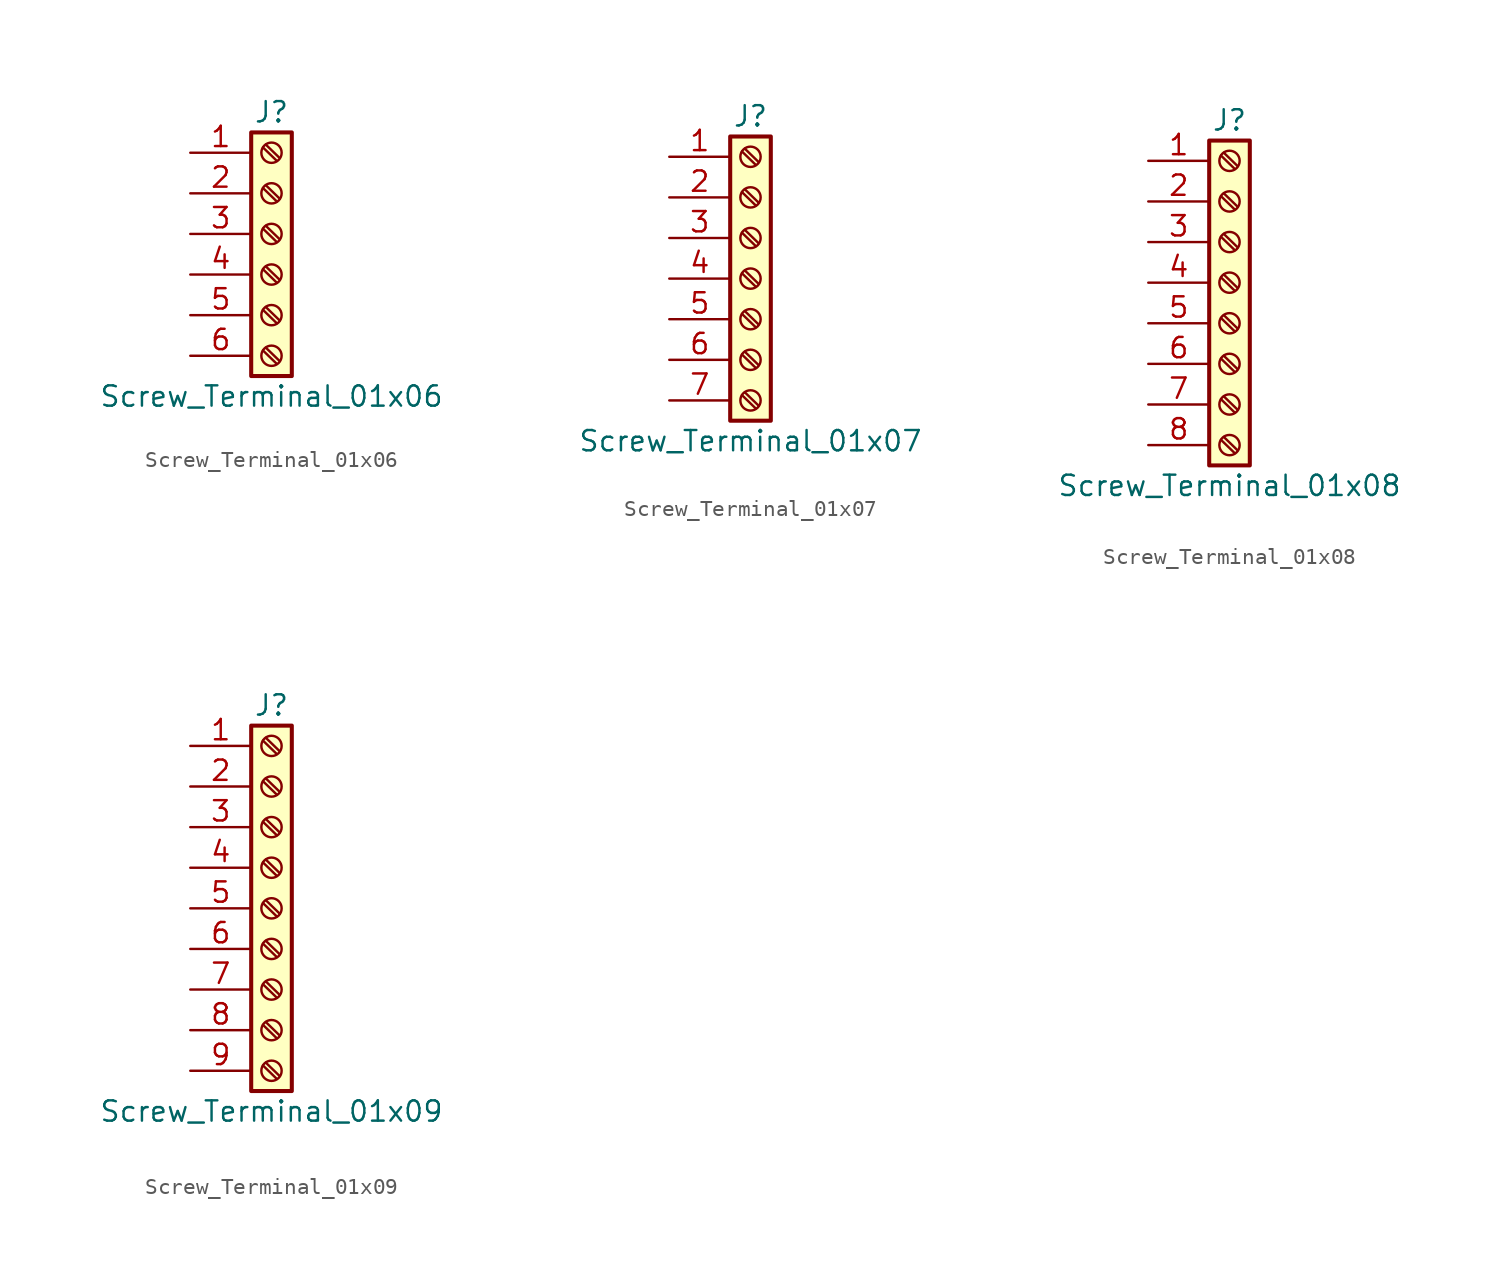
<source format=kicad_sym>
(kicad_symbol_lib
  (version 20241209)
  (generator "kicad_symbol_editor")
  (generator_version "9.0")
  (symbol "Screw_Terminal_01x06"
    (pin_names
      (offset 1.016)
      (hide yes))
    (property "Reference" "J"
      (at 0 7.62 0)
      (effects (font (size 1.27 1.27))))
    (property "Value" "Screw_Terminal_01x06"
      (at 0 -10.16 0)
      (effects (font (size 1.27 1.27))))
    (symbol "Screw_Terminal_01x06_1_1"
      (rectangle (start -1.27 6.35) (end 1.27 -8.89) (stroke (width 0.254) (type default)) (fill (type background)))
      (polyline (pts (xy -0.533 5.41) (xy 0.33 4.572)) (stroke (width 0.152) (type default)) (fill (type none)))
      (polyline (pts (xy -0.533 2.87) (xy 0.33 2.032)) (stroke (width 0.152) (type default)) (fill (type none)))
      (polyline (pts (xy -0.533 0.33) (xy 0.33 -0.508)) (stroke (width 0.152) (type default)) (fill (type none)))
      (polyline (pts (xy -0.533 -2.21) (xy 0.33 -3.048)) (stroke (width 0.152) (type default)) (fill (type none)))
      (polyline (pts (xy -0.533 -4.75) (xy 0.33 -5.588)) (stroke (width 0.152) (type default)) (fill (type none)))
      (polyline (pts (xy -0.533 -7.29) (xy 0.33 -8.128)) (stroke (width 0.152) (type default)) (fill (type none)))
      (polyline (pts (xy -0.356 5.588) (xy 0.508 4.75)) (stroke (width 0.152) (type default)) (fill (type none)))
      (polyline (pts (xy -0.356 3.048) (xy 0.508 2.21)) (stroke (width 0.152) (type default)) (fill (type none)))
      (polyline (pts (xy -0.356 0.508) (xy 0.508 -0.33)) (stroke (width 0.152) (type default)) (fill (type none)))
      (polyline (pts (xy -0.356 -2.032) (xy 0.508 -2.87)) (stroke (width 0.152) (type default)) (fill (type none)))
      (polyline (pts (xy -0.356 -4.572) (xy 0.508 -5.41)) (stroke (width 0.152) (type default)) (fill (type none)))
      (polyline (pts (xy -0.356 -7.112) (xy 0.508 -7.95)) (stroke (width 0.152) (type default)) (fill (type none)))
      (circle (center 0 5.08) (radius 0.635) (stroke (width 0.152) (type default)) (fill (type none)))
      (circle (center 0 2.54) (radius 0.635) (stroke (width 0.152) (type default)) (fill (type none)))
      (circle (center 0 0) (radius 0.635) (stroke (width 0.152) (type default)) (fill (type none)))
      (circle (center 0 -2.54) (radius 0.635) (stroke (width 0.152) (type default)) (fill (type none)))
      (circle (center 0 -5.08) (radius 0.635) (stroke (width 0.152) (type default)) (fill (type none)))
      (circle (center 0 -7.62) (radius 0.635) (stroke (width 0.152) (type default)) (fill (type none)))
      (pin passive line (at -5.08 5.08 0) (length 3.81) (name "Pin_1" (effects (font (size 1.27 1.27)))) (number "1" (effects (font (size 1.27 1.27)))))
      (pin passive line (at -5.08 2.54 0) (length 3.81) (name "Pin_2" (effects (font (size 1.27 1.27)))) (number "2" (effects (font (size 1.27 1.27)))))
      (pin passive line (at -5.08 0 0) (length 3.81) (name "Pin_3" (effects (font (size 1.27 1.27)))) (number "3" (effects (font (size 1.27 1.27)))))
      (pin passive line (at -5.08 -2.54 0) (length 3.81) (name "Pin_4" (effects (font (size 1.27 1.27)))) (number "4" (effects (font (size 1.27 1.27)))))
      (pin passive line (at -5.08 -5.08 0) (length 3.81) (name "Pin_5" (effects (font (size 1.27 1.27)))) (number "5" (effects (font (size 1.27 1.27)))))
      (pin passive line (at -5.08 -7.62 0) (length 3.81) (name "Pin_6" (effects (font (size 1.27 1.27)))) (number "6" (effects (font (size 1.27 1.27)))))))
  (symbol "Screw_Terminal_01x07"
    (pin_names
      (offset 1.016)
      (hide yes))
    (property "Reference" "J"
      (at 0 10.16 0)
      (effects (font (size 1.27 1.27))))
    (property "Value" "Screw_Terminal_01x07"
      (at 0 -10.16 0)
      (effects (font (size 1.27 1.27))))
    (symbol "Screw_Terminal_01x07_1_1"
      (rectangle (start -1.27 8.89) (end 1.27 -8.89) (stroke (width 0.254) (type default)) (fill (type background)))
      (polyline (pts (xy -0.533 7.95) (xy 0.33 7.112)) (stroke (width 0.152) (type default)) (fill (type none)))
      (polyline (pts (xy -0.533 5.41) (xy 0.33 4.572)) (stroke (width 0.152) (type default)) (fill (type none)))
      (polyline (pts (xy -0.533 2.87) (xy 0.33 2.032)) (stroke (width 0.152) (type default)) (fill (type none)))
      (polyline (pts (xy -0.533 0.33) (xy 0.33 -0.508)) (stroke (width 0.152) (type default)) (fill (type none)))
      (polyline (pts (xy -0.533 -2.21) (xy 0.33 -3.048)) (stroke (width 0.152) (type default)) (fill (type none)))
      (polyline (pts (xy -0.533 -4.75) (xy 0.33 -5.588)) (stroke (width 0.152) (type default)) (fill (type none)))
      (polyline (pts (xy -0.533 -7.29) (xy 0.33 -8.128)) (stroke (width 0.152) (type default)) (fill (type none)))
      (polyline (pts (xy -0.356 8.128) (xy 0.508 7.29)) (stroke (width 0.152) (type default)) (fill (type none)))
      (polyline (pts (xy -0.356 5.588) (xy 0.508 4.75)) (stroke (width 0.152) (type default)) (fill (type none)))
      (polyline (pts (xy -0.356 3.048) (xy 0.508 2.21)) (stroke (width 0.152) (type default)) (fill (type none)))
      (polyline (pts (xy -0.356 0.508) (xy 0.508 -0.33)) (stroke (width 0.152) (type default)) (fill (type none)))
      (polyline (pts (xy -0.356 -2.032) (xy 0.508 -2.87)) (stroke (width 0.152) (type default)) (fill (type none)))
      (polyline (pts (xy -0.356 -4.572) (xy 0.508 -5.41)) (stroke (width 0.152) (type default)) (fill (type none)))
      (polyline (pts (xy -0.356 -7.112) (xy 0.508 -7.95)) (stroke (width 0.152) (type default)) (fill (type none)))
      (circle (center 0 7.62) (radius 0.635) (stroke (width 0.152) (type default)) (fill (type none)))
      (circle (center 0 5.08) (radius 0.635) (stroke (width 0.152) (type default)) (fill (type none)))
      (circle (center 0 2.54) (radius 0.635) (stroke (width 0.152) (type default)) (fill (type none)))
      (circle (center 0 0) (radius 0.635) (stroke (width 0.152) (type default)) (fill (type none)))
      (circle (center 0 -2.54) (radius 0.635) (stroke (width 0.152) (type default)) (fill (type none)))
      (circle (center 0 -5.08) (radius 0.635) (stroke (width 0.152) (type default)) (fill (type none)))
      (circle (center 0 -7.62) (radius 0.635) (stroke (width 0.152) (type default)) (fill (type none)))
      (pin passive line (at -5.08 7.62 0) (length 3.81) (name "Pin_1" (effects (font (size 1.27 1.27)))) (number "1" (effects (font (size 1.27 1.27)))))
      (pin passive line (at -5.08 5.08 0) (length 3.81) (name "Pin_2" (effects (font (size 1.27 1.27)))) (number "2" (effects (font (size 1.27 1.27)))))
      (pin passive line (at -5.08 2.54 0) (length 3.81) (name "Pin_3" (effects (font (size 1.27 1.27)))) (number "3" (effects (font (size 1.27 1.27)))))
      (pin passive line (at -5.08 0 0) (length 3.81) (name "Pin_4" (effects (font (size 1.27 1.27)))) (number "4" (effects (font (size 1.27 1.27)))))
      (pin passive line (at -5.08 -2.54 0) (length 3.81) (name "Pin_5" (effects (font (size 1.27 1.27)))) (number "5" (effects (font (size 1.27 1.27)))))
      (pin passive line (at -5.08 -5.08 0) (length 3.81) (name "Pin_6" (effects (font (size 1.27 1.27)))) (number "6" (effects (font (size 1.27 1.27)))))
      (pin passive line (at -5.08 -7.62 0) (length 3.81) (name "Pin_7" (effects (font (size 1.27 1.27)))) (number "7" (effects (font (size 1.27 1.27)))))))
  (symbol "Screw_Terminal_01x08"
    (pin_names
      (offset 1.016)
      (hide yes))
    (property "Reference" "J"
      (at 0 10.16 0)
      (effects (font (size 1.27 1.27))))
    (property "Value" "Screw_Terminal_01x08"
      (at 0 -12.7 0)
      (effects (font (size 1.27 1.27))))
    (symbol "Screw_Terminal_01x08_1_1"
      (rectangle (start -1.27 8.89) (end 1.27 -11.43) (stroke (width 0.254) (type default)) (fill (type background)))
      (polyline (pts (xy -0.533 7.95) (xy 0.33 7.112)) (stroke (width 0.152) (type default)) (fill (type none)))
      (polyline (pts (xy -0.533 5.41) (xy 0.33 4.572)) (stroke (width 0.152) (type default)) (fill (type none)))
      (polyline (pts (xy -0.533 2.87) (xy 0.33 2.032)) (stroke (width 0.152) (type default)) (fill (type none)))
      (polyline (pts (xy -0.533 0.33) (xy 0.33 -0.508)) (stroke (width 0.152) (type default)) (fill (type none)))
      (polyline (pts (xy -0.533 -2.21) (xy 0.33 -3.048)) (stroke (width 0.152) (type default)) (fill (type none)))
      (polyline (pts (xy -0.533 -4.75) (xy 0.33 -5.588)) (stroke (width 0.152) (type default)) (fill (type none)))
      (polyline (pts (xy -0.533 -7.29) (xy 0.33 -8.128)) (stroke (width 0.152) (type default)) (fill (type none)))
      (polyline (pts (xy -0.533 -9.83) (xy 0.33 -10.668)) (stroke (width 0.152) (type default)) (fill (type none)))
      (polyline (pts (xy -0.356 8.128) (xy 0.508 7.29)) (stroke (width 0.152) (type default)) (fill (type none)))
      (polyline (pts (xy -0.356 5.588) (xy 0.508 4.75)) (stroke (width 0.152) (type default)) (fill (type none)))
      (polyline (pts (xy -0.356 3.048) (xy 0.508 2.21)) (stroke (width 0.152) (type default)) (fill (type none)))
      (polyline (pts (xy -0.356 0.508) (xy 0.508 -0.33)) (stroke (width 0.152) (type default)) (fill (type none)))
      (polyline (pts (xy -0.356 -2.032) (xy 0.508 -2.87)) (stroke (width 0.152) (type default)) (fill (type none)))
      (polyline (pts (xy -0.356 -4.572) (xy 0.508 -5.41)) (stroke (width 0.152) (type default)) (fill (type none)))
      (polyline (pts (xy -0.356 -7.112) (xy 0.508 -7.95)) (stroke (width 0.152) (type default)) (fill (type none)))
      (polyline (pts (xy -0.356 -9.652) (xy 0.508 -10.49)) (stroke (width 0.152) (type default)) (fill (type none)))
      (circle (center 0 7.62) (radius 0.635) (stroke (width 0.152) (type default)) (fill (type none)))
      (circle (center 0 5.08) (radius 0.635) (stroke (width 0.152) (type default)) (fill (type none)))
      (circle (center 0 2.54) (radius 0.635) (stroke (width 0.152) (type default)) (fill (type none)))
      (circle (center 0 0) (radius 0.635) (stroke (width 0.152) (type default)) (fill (type none)))
      (circle (center 0 -2.54) (radius 0.635) (stroke (width 0.152) (type default)) (fill (type none)))
      (circle (center 0 -5.08) (radius 0.635) (stroke (width 0.152) (type default)) (fill (type none)))
      (circle (center 0 -7.62) (radius 0.635) (stroke (width 0.152) (type default)) (fill (type none)))
      (circle (center 0 -10.16) (radius 0.635) (stroke (width 0.152) (type default)) (fill (type none)))
      (pin passive line (at -5.08 7.62 0) (length 3.81) (name "Pin_1" (effects (font (size 1.27 1.27)))) (number "1" (effects (font (size 1.27 1.27)))))
      (pin passive line (at -5.08 5.08 0) (length 3.81) (name "Pin_2" (effects (font (size 1.27 1.27)))) (number "2" (effects (font (size 1.27 1.27)))))
      (pin passive line (at -5.08 2.54 0) (length 3.81) (name "Pin_3" (effects (font (size 1.27 1.27)))) (number "3" (effects (font (size 1.27 1.27)))))
      (pin passive line (at -5.08 0 0) (length 3.81) (name "Pin_4" (effects (font (size 1.27 1.27)))) (number "4" (effects (font (size 1.27 1.27)))))
      (pin passive line (at -5.08 -2.54 0) (length 3.81) (name "Pin_5" (effects (font (size 1.27 1.27)))) (number "5" (effects (font (size 1.27 1.27)))))
      (pin passive line (at -5.08 -5.08 0) (length 3.81) (name "Pin_6" (effects (font (size 1.27 1.27)))) (number "6" (effects (font (size 1.27 1.27)))))
      (pin passive line (at -5.08 -7.62 0) (length 3.81) (name "Pin_7" (effects (font (size 1.27 1.27)))) (number "7" (effects (font (size 1.27 1.27)))))
      (pin passive line (at -5.08 -10.16 0) (length 3.81) (name "Pin_8" (effects (font (size 1.27 1.27)))) (number "8" (effects (font (size 1.27 1.27)))))))
  (symbol "Screw_Terminal_01x09"
    (pin_names
      (offset 1.016)
      (hide yes))
    (property "Reference" "J"
      (at 0 12.7 0)
      (effects (font (size 1.27 1.27))))
    (property "Value" "Screw_Terminal_01x09"
      (at 0 -12.7 0)
      (effects (font (size 1.27 1.27))))
    (symbol "Screw_Terminal_01x09_1_1"
      (rectangle (start -1.27 11.43) (end 1.27 -11.43) (stroke (width 0.254) (type default)) (fill (type background)))
      (polyline (pts (xy -0.533 10.49) (xy 0.33 9.652)) (stroke (width 0.152) (type default)) (fill (type none)))
      (polyline (pts (xy -0.533 7.95) (xy 0.33 7.112)) (stroke (width 0.152) (type default)) (fill (type none)))
      (polyline (pts (xy -0.533 5.41) (xy 0.33 4.572)) (stroke (width 0.152) (type default)) (fill (type none)))
      (polyline (pts (xy -0.533 2.87) (xy 0.33 2.032)) (stroke (width 0.152) (type default)) (fill (type none)))
      (polyline (pts (xy -0.533 0.33) (xy 0.33 -0.508)) (stroke (width 0.152) (type default)) (fill (type none)))
      (polyline (pts (xy -0.533 -2.21) (xy 0.33 -3.048)) (stroke (width 0.152) (type default)) (fill (type none)))
      (polyline (pts (xy -0.533 -4.75) (xy 0.33 -5.588)) (stroke (width 0.152) (type default)) (fill (type none)))
      (polyline (pts (xy -0.533 -7.29) (xy 0.33 -8.128)) (stroke (width 0.152) (type default)) (fill (type none)))
      (polyline (pts (xy -0.533 -9.83) (xy 0.33 -10.668)) (stroke (width 0.152) (type default)) (fill (type none)))
      (polyline (pts (xy -0.356 10.668) (xy 0.508 9.83)) (stroke (width 0.152) (type default)) (fill (type none)))
      (polyline (pts (xy -0.356 8.128) (xy 0.508 7.29)) (stroke (width 0.152) (type default)) (fill (type none)))
      (polyline (pts (xy -0.356 5.588) (xy 0.508 4.75)) (stroke (width 0.152) (type default)) (fill (type none)))
      (polyline (pts (xy -0.356 3.048) (xy 0.508 2.21)) (stroke (width 0.152) (type default)) (fill (type none)))
      (polyline (pts (xy -0.356 0.508) (xy 0.508 -0.33)) (stroke (width 0.152) (type default)) (fill (type none)))
      (polyline (pts (xy -0.356 -2.032) (xy 0.508 -2.87)) (stroke (width 0.152) (type default)) (fill (type none)))
      (polyline (pts (xy -0.356 -4.572) (xy 0.508 -5.41)) (stroke (width 0.152) (type default)) (fill (type none)))
      (polyline (pts (xy -0.356 -7.112) (xy 0.508 -7.95)) (stroke (width 0.152) (type default)) (fill (type none)))
      (polyline (pts (xy -0.356 -9.652) (xy 0.508 -10.49)) (stroke (width 0.152) (type default)) (fill (type none)))
      (circle (center 0 10.16) (radius 0.635) (stroke (width 0.152) (type default)) (fill (type none)))
      (circle (center 0 7.62) (radius 0.635) (stroke (width 0.152) (type default)) (fill (type none)))
      (circle (center 0 5.08) (radius 0.635) (stroke (width 0.152) (type default)) (fill (type none)))
      (circle (center 0 2.54) (radius 0.635) (stroke (width 0.152) (type default)) (fill (type none)))
      (circle (center 0 0) (radius 0.635) (stroke (width 0.152) (type default)) (fill (type none)))
      (circle (center 0 -2.54) (radius 0.635) (stroke (width 0.152) (type default)) (fill (type none)))
      (circle (center 0 -5.08) (radius 0.635) (stroke (width 0.152) (type default)) (fill (type none)))
      (circle (center 0 -7.62) (radius 0.635) (stroke (width 0.152) (type default)) (fill (type none)))
      (circle (center 0 -10.16) (radius 0.635) (stroke (width 0.152) (type default)) (fill (type none)))
      (pin passive line (at -5.08 10.16 0) (length 3.81) (name "Pin_1" (effects (font (size 1.27 1.27)))) (number "1" (effects (font (size 1.27 1.27)))))
      (pin passive line (at -5.08 7.62 0) (length 3.81) (name "Pin_2" (effects (font (size 1.27 1.27)))) (number "2" (effects (font (size 1.27 1.27)))))
      (pin passive line (at -5.08 5.08 0) (length 3.81) (name "Pin_3" (effects (font (size 1.27 1.27)))) (number "3" (effects (font (size 1.27 1.27)))))
      (pin passive line (at -5.08 2.54 0) (length 3.81) (name "Pin_4" (effects (font (size 1.27 1.27)))) (number "4" (effects (font (size 1.27 1.27)))))
      (pin passive line (at -5.08 0 0) (length 3.81) (name "Pin_5" (effects (font (size 1.27 1.27)))) (number "5" (effects (font (size 1.27 1.27)))))
      (pin passive line (at -5.08 -2.54 0) (length 3.81) (name "Pin_6" (effects (font (size 1.27 1.27)))) (number "6" (effects (font (size 1.27 1.27)))))
      (pin passive line (at -5.08 -5.08 0) (length 3.81) (name "Pin_7" (effects (font (size 1.27 1.27)))) (number "7" (effects (font (size 1.27 1.27)))))
      (pin passive line (at -5.08 -7.62 0) (length 3.81) (name "Pin_8" (effects (font (size 1.27 1.27)))) (number "8" (effects (font (size 1.27 1.27)))))
      (pin passive line (at -5.08 -10.16 0) (length 3.81) (name "Pin_9" (effects (font (size 1.27 1.27)))) (number "9" (effects (font (size 1.27 1.27))))))))
</source>
